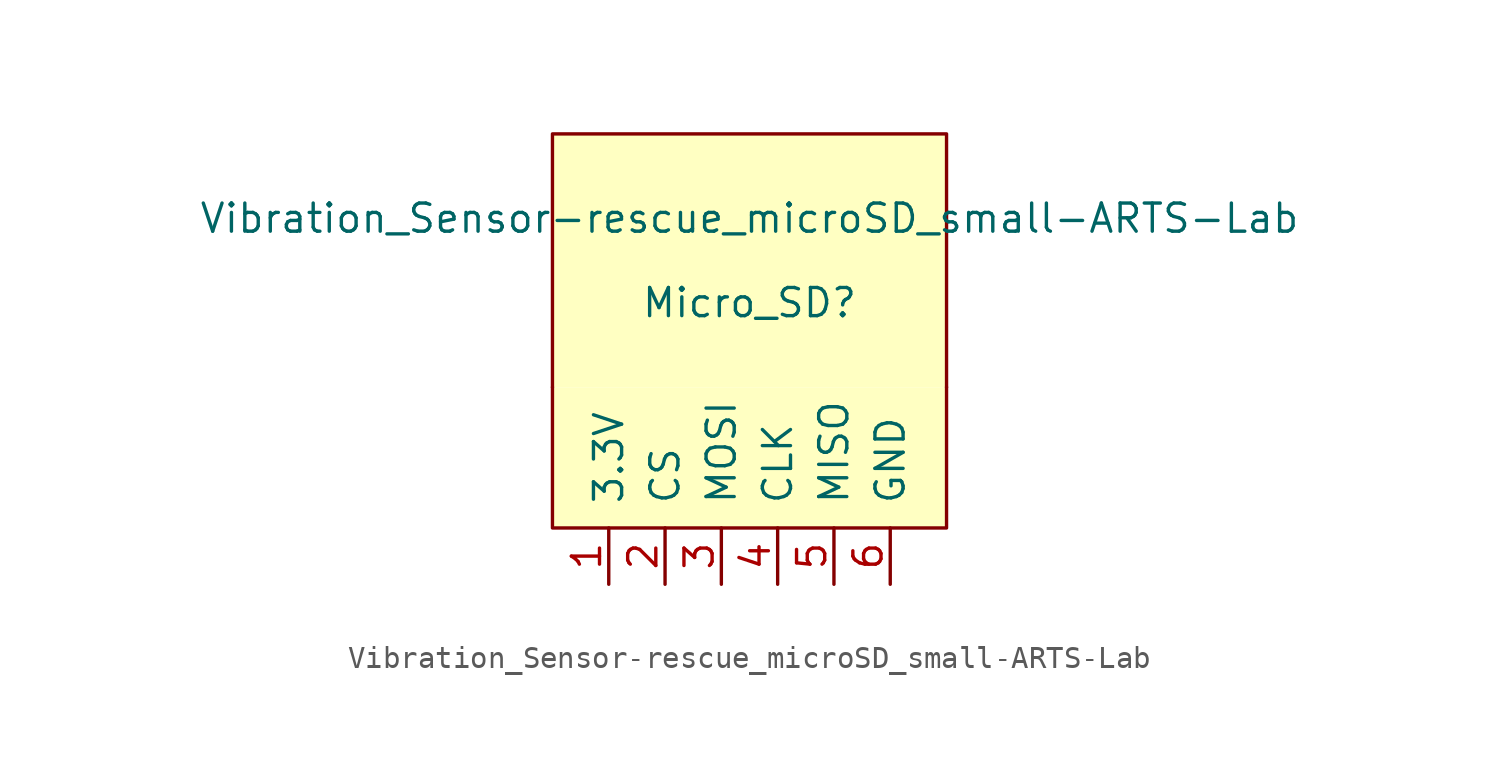
<source format=kicad_sym>
(kicad_symbol_lib
  (version 20220914)
  (generator kicad_symbol_editor)
  (symbol "Vibration_Sensor-rescue_microSD_small-ARTS-Lab"
    (pin_names
      (offset 1.016))
    (property "Reference" "Micro_SD"
      (at 0 -7.62 0)
      (effects (font (size 1.27 1.27))))
    (property "Value" "Vibration_Sensor-rescue_microSD_small-ARTS-Lab"
      (at 0 -3.81 0)
      (effects (font (size 1.27 1.27))))
    (symbol "Vibration_Sensor-rescue_microSD_small-ARTS-Lab_0_1"
      (polyline (pts (xy -8.89 -11.43) (xy -8.89 -17.78) (xy 8.89 -17.78) (xy 8.89 -11.43)) (stroke (width 0) (type solid)) (fill (type background)))
      (polyline (pts (xy -8.89 -11.43) (xy -8.89 0) (xy 8.89 0) (xy 8.89 -11.43)) (stroke (width 0) (type solid)) (fill (type background))))
    (symbol "Vibration_Sensor-rescue_microSD_small-ARTS-Lab_1_1"
      (pin input line (at -6.35 -20.32 90) (length 2.54) (name "3.3V" (effects (font (size 1.27 1.27)))) (number "1" (effects (font (size 1.27 1.27)))))
      (pin input line (at -3.81 -20.32 90) (length 2.54) (name "CS" (effects (font (size 1.27 1.27)))) (number "2" (effects (font (size 1.27 1.27)))))
      (pin input line (at -1.27 -20.32 90) (length 2.54) (name "MOSI" (effects (font (size 1.27 1.27)))) (number "3" (effects (font (size 1.27 1.27)))))
      (pin input line (at 1.27 -20.32 90) (length 2.54) (name "CLK" (effects (font (size 1.27 1.27)))) (number "4" (effects (font (size 1.27 1.27)))))
      (pin input line (at 3.81 -20.32 90) (length 2.54) (name "MISO" (effects (font (size 1.27 1.27)))) (number "5" (effects (font (size 1.27 1.27)))))
      (pin input line (at 6.35 -20.32 90) (length 2.54) (name "GND" (effects (font (size 1.27 1.27)))) (number "6" (effects (font (size 1.27 1.27))))))))
</source>
